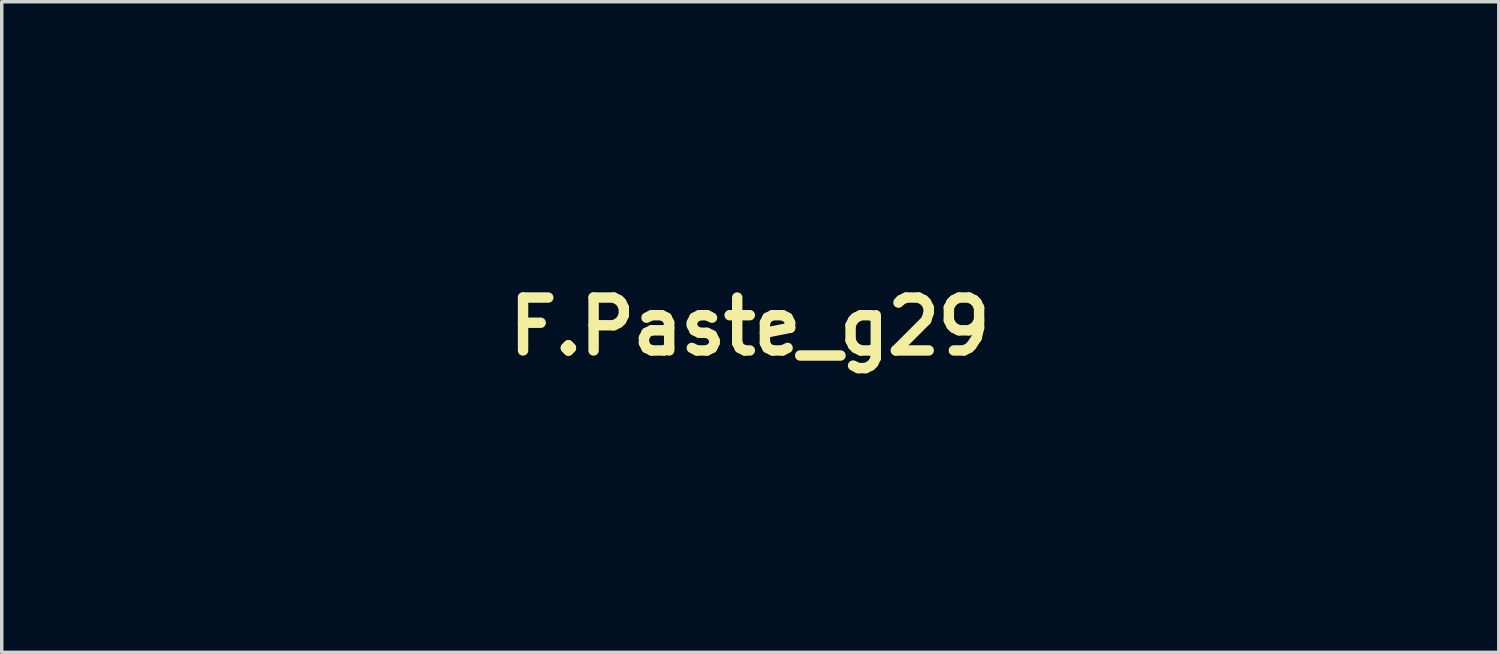
<source format=kicad_pcb>
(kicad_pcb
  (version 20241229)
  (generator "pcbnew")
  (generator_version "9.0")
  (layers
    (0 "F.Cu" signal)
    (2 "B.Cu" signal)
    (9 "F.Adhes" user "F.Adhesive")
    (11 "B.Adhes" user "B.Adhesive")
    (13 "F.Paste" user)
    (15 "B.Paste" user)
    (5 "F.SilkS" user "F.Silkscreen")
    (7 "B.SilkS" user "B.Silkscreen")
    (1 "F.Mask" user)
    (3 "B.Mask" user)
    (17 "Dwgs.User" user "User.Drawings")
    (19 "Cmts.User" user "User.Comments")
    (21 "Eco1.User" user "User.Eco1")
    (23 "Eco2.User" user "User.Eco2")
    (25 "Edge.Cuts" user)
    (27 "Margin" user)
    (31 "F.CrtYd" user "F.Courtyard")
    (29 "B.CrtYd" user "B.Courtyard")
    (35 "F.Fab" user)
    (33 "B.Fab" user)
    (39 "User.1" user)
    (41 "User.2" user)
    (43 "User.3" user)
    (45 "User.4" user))
  (footprint "F.Paste_g29"
    (layer "F.Cu")
    (at 18.547 6.355)
    (property "Reference" "F.Paste_g29" (at 0 0 0) (layer "F.SilkS") (effects (font (size 1.524 1.524) (thickness 0.3))))
    (attr through_hole)
    (fp_poly (pts (xy 2.107 3.232) (xy 2.286 3.233) (xy 2.435 3.235) (xy 2.547 3.238) (xy 2.619 3.241) (xy 2.644 3.245) (xy 2.641 3.273) (xy 2.62 3.341) (xy 2.585 3.442) (xy 2.538 3.569) (xy 2.482 3.715) (xy 2.454 3.785) (xy 2.245 4.305) (xy 1.032 4.312) (xy 0.752 4.313) (xy 0.519 4.314) (xy 0.329 4.315) (xy 0.176 4.314) (xy 0.058 4.313) (xy -0.03 4.31) (xy -0.092 4.307) (xy -0.133 4.302) (xy -0.157 4.295) (xy -0.167 4.287) (xy -0.168 4.277) (xy -0.167 4.273) (xy -0.154 4.237) (xy -0.124 4.161) (xy -0.082 4.053) (xy -0.03 3.922) (xy 0.029 3.775) (xy 0.046 3.733) (xy 0.244 3.239) (xy 1.435 3.232) (xy 1.676 3.231) (xy 1.902 3.231) (xy 2.107 3.232)) (stroke (width 0.01) (type solid)) (fill yes) (layer "F.Paste"))
    (fp_poly (pts (xy 12.622 0.889) (xy 12.74 0.937) (xy 12.861 1.019) (xy 12.968 1.122) (xy 13.047 1.233) (xy 13.059 1.257) (xy 13.104 1.416) (xy 13.1 1.585) (xy 13.048 1.76) (xy 13.017 1.825) (xy 12.875 2.049) (xy 12.703 2.232) (xy 12.497 2.379) (xy 12.295 2.478) (xy 12.199 2.511) (xy 12.08 2.544) (xy 11.946 2.576) (xy 11.807 2.603) (xy 11.671 2.627) (xy 11.547 2.644) (xy 11.443 2.653) (xy 11.368 2.653) (xy 11.331 2.643) (xy 11.328 2.637) (xy 11.338 2.602) (xy 11.365 2.526) (xy 11.406 2.418) (xy 11.459 2.284) (xy 11.521 2.132) (xy 11.588 1.968) (xy 11.659 1.799) (xy 11.729 1.633) (xy 11.796 1.476) (xy 11.857 1.335) (xy 11.909 1.217) (xy 11.95 1.13) (xy 11.976 1.079) (xy 11.98 1.073) (xy 12.083 0.977) (xy 12.218 0.909) (xy 12.373 0.874) (xy 12.538 0.874) (xy 12.622 0.889)) (stroke (width 0.01) (type solid)) (fill yes) (layer "F.Paste"))
    (fp_poly (pts (xy 3.546 -4.673) (xy 3.707 -4.672) (xy 3.843 -4.671) (xy 3.948 -4.669) (xy 4.016 -4.666) (xy 4.039 -4.664) (xy 4.023 -4.643) (xy 3.977 -4.587) (xy 3.903 -4.498) (xy 3.804 -4.379) (xy 3.683 -4.234) (xy 3.542 -4.065) (xy 3.384 -3.876) (xy 3.211 -3.67) (xy 3.025 -3.449) (xy 2.846 -3.235) (xy 1.653 -1.816) (xy 1.842 -1.809) (xy 1.933 -1.804) (xy 2 -1.797) (xy 2.031 -1.79) (xy 2.032 -1.789) (xy 2.022 -1.762) (xy 1.997 -1.701) (xy 1.96 -1.618) (xy 1.955 -1.606) (xy 1.842 -1.414) (xy 1.696 -1.259) (xy 1.517 -1.144) (xy 1.307 -1.067) (xy 1.179 -1.042) (xy 1.112 -1.036) (xy 1.009 -1.03) (xy 0.879 -1.026) (xy 0.729 -1.022) (xy 0.566 -1.019) (xy 0.398 -1.017) (xy 0.234 -1.016) (xy 0.079 -1.017) (xy -0.057 -1.018) (xy -0.167 -1.021) (xy -0.243 -1.025) (xy -0.278 -1.031) (xy -0.279 -1.032) (xy -0.263 -1.055) (xy -0.217 -1.108) (xy -0.147 -1.186) (xy -0.058 -1.282) (xy 0.035 -1.381) (xy 0.152 -1.506) (xy 0.274 -1.635) (xy 0.387 -1.756) (xy 0.484 -1.859) (xy 0.529 -1.907) (xy 0.709 -2.1) (xy 0.825 -3.109) (xy 0.942 -4.117) (xy 0.686 -4.389) (xy 0.43 -4.661) (xy 1.184 -4.668) (xy 1.375 -4.669) (xy 1.548 -4.669) (xy 1.699 -4.669) (xy 1.82 -4.667) (xy 1.905 -4.665) (xy 1.948 -4.662) (xy 1.951 -4.661) (xy 1.952 -4.633) (xy 1.947 -4.562) (xy 1.937 -4.456) (xy 1.923 -4.322) (xy 1.905 -4.168) (xy 1.898 -4.11) (xy 1.878 -3.95) (xy 1.862 -3.809) (xy 1.849 -3.693) (xy 1.841 -3.61) (xy 1.838 -3.568) (xy 1.838 -3.563) (xy 1.855 -3.581) (xy 1.898 -3.634) (xy 1.964 -3.717) (xy 2.049 -3.825) (xy 2.149 -3.954) (xy 2.259 -4.098) (xy 2.271 -4.115) (xy 2.697 -4.674) (xy 3.368 -4.674) (xy 3.546 -4.673)) (stroke (width 0.01) (type solid)) (fill yes) (layer "F.Paste"))
    (fp_poly (pts (xy -1.542 -6.349) (xy -1.322 -6.347) (xy -1.145 -6.344) (xy -1.012 -6.339) (xy -0.927 -6.334) (xy -0.89 -6.327) (xy -0.889 -6.325) (xy -0.898 -6.296) (xy -0.924 -6.226) (xy -0.964 -6.119) (xy -1.017 -5.982) (xy -1.08 -5.821) (xy -1.151 -5.639) (xy -1.216 -5.474) (xy -1.543 -4.648) (xy -0.318 -4.646) (xy -0.096 -4.437) (xy 0.125 -4.229) (xy -0.202 -3.395) (xy -0.3 -3.147) (xy -0.388 -2.932) (xy -0.463 -2.754) (xy -0.525 -2.615) (xy -0.572 -2.519) (xy -0.603 -2.468) (xy -0.758 -2.315) (xy -0.947 -2.2) (xy -1.062 -2.154) (xy -1.099 -2.142) (xy -1.135 -2.131) (xy -1.174 -2.123) (xy -1.222 -2.115) (xy -1.281 -2.11) (xy -1.358 -2.105) (xy -1.454 -2.101) (xy -1.576 -2.098) (xy -1.727 -2.096) (xy -1.913 -2.094) (xy -2.136 -2.092) (xy -2.401 -2.091) (xy -2.692 -2.089) (xy -4.153 -2.082) (xy -3.788 -2.444) (xy -3.537 -2.692) (xy -2.285 -2.692) (xy -1.609 -2.692) (xy -1.385 -3.27) (xy -1.32 -3.439) (xy -1.258 -3.598) (xy -1.203 -3.74) (xy -1.158 -3.857) (xy -1.126 -3.939) (xy -1.115 -3.969) (xy -1.068 -4.089) (xy -1.743 -4.089) (xy -1.967 -3.512) (xy -2.033 -3.343) (xy -2.094 -3.184) (xy -2.149 -3.042) (xy -2.195 -2.925) (xy -2.227 -2.843) (xy -2.238 -2.813) (xy -2.285 -2.692) (xy -3.537 -2.692) (xy -3.423 -2.805) (xy -2.878 -4.178) (xy -2.777 -4.431) (xy -2.681 -4.672) (xy -2.592 -4.896) (xy -2.511 -5.1) (xy -2.441 -5.278) (xy -2.382 -5.427) (xy -2.338 -5.54) (xy -2.309 -5.615) (xy -2.298 -5.643) (xy -2.264 -5.736) (xy -2.491 -6.024) (xy -2.571 -6.128) (xy -2.639 -6.218) (xy -2.689 -6.286) (xy -2.715 -6.325) (xy -2.718 -6.331) (xy -2.693 -6.335) (xy -2.624 -6.339) (xy -2.515 -6.343) (xy -2.372 -6.346) (xy -2.201 -6.348) (xy -2.007 -6.35) (xy -1.803 -6.35) (xy -1.542 -6.349)) (stroke (width 0.01) (type solid)) (fill yes) (layer "F.Paste"))
    (fp_poly (pts (xy 18.295 3.168) (xy 18.569 3.444) (xy 18.124 4.544) (xy 18.032 4.772) (xy 17.943 4.989) (xy 17.86 5.189) (xy 17.785 5.368) (xy 17.721 5.52) (xy 17.668 5.64) (xy 17.631 5.723) (xy 17.613 5.759) (xy 17.493 5.919) (xy 17.334 6.062) (xy 17.149 6.177) (xy 17.131 6.186) (xy 17.054 6.223) (xy 16.982 6.253) (xy 16.911 6.279) (xy 16.834 6.3) (xy 16.749 6.317) (xy 16.648 6.33) (xy 16.528 6.341) (xy 16.382 6.349) (xy 16.207 6.355) (xy 15.997 6.359) (xy 15.747 6.363) (xy 15.452 6.366) (xy 15.405 6.367) (xy 14.211 6.379) (xy 13.68 5.809) (xy 13.752 5.603) (xy 13.767 5.563) (xy 15.345 5.563) (xy 15.781 5.563) (xy 16.218 5.563) (xy 16.559 4.693) (xy 16.638 4.491) (xy 16.713 4.301) (xy 16.78 4.129) (xy 16.838 3.981) (xy 16.885 3.863) (xy 16.918 3.781) (xy 16.934 3.74) (xy 16.968 3.658) (xy 16.529 3.658) (xy 16.091 3.658) (xy 15.805 4.388) (xy 15.729 4.582) (xy 15.655 4.772) (xy 15.585 4.949) (xy 15.524 5.106) (xy 15.474 5.234) (xy 15.438 5.325) (xy 15.432 5.34) (xy 15.345 5.563) (xy 13.767 5.563) (xy 13.795 5.484) (xy 13.85 5.335) (xy 13.914 5.163) (xy 13.986 4.974) (xy 14.063 4.774) (xy 14.141 4.57) (xy 14.22 4.368) (xy 14.297 4.173) (xy 14.368 3.992) (xy 14.433 3.832) (xy 14.487 3.697) (xy 14.53 3.595) (xy 14.558 3.532) (xy 14.566 3.518) (xy 14.651 3.402) (xy 14.769 3.282) (xy 14.903 3.173) (xy 15.039 3.087) (xy 15.071 3.072) (xy 15.145 3.038) (xy 15.214 3.009) (xy 15.284 2.985) (xy 15.359 2.966) (xy 15.445 2.95) (xy 15.545 2.937) (xy 15.666 2.928) (xy 15.811 2.92) (xy 15.987 2.915) (xy 16.198 2.91) (xy 16.449 2.907) (xy 16.745 2.904) (xy 16.802 2.903) (xy 18.021 2.892) (xy 18.295 3.168)) (stroke (width 0.01) (type solid)) (fill yes) (layer "F.Paste"))
    (fp_poly (pts (xy 13.263 3.193) (xy 13.56 3.493) (xy 13.266 4.197) (xy 12.972 4.902) (xy 11.804 4.908) (xy 10.636 4.915) (xy 10.512 5.232) (xy 10.467 5.349) (xy 10.429 5.448) (xy 10.402 5.519) (xy 10.389 5.554) (xy 10.389 5.556) (xy 10.413 5.558) (xy 10.479 5.56) (xy 10.579 5.562) (xy 10.705 5.562) (xy 10.805 5.563) (xy 11.222 5.563) (xy 11.292 5.385) (xy 11.362 5.207) (xy 12.107 5.207) (xy 12.296 5.207) (xy 12.467 5.208) (xy 12.614 5.21) (xy 12.731 5.212) (xy 12.812 5.215) (xy 12.85 5.218) (xy 12.852 5.218) (xy 12.842 5.256) (xy 12.813 5.327) (xy 12.771 5.42) (xy 12.723 5.523) (xy 12.672 5.625) (xy 12.626 5.715) (xy 12.589 5.78) (xy 12.579 5.795) (xy 12.473 5.926) (xy 12.343 6.052) (xy 12.205 6.158) (xy 12.12 6.208) (xy 12.054 6.241) (xy 11.993 6.269) (xy 11.932 6.292) (xy 11.866 6.311) (xy 11.791 6.326) (xy 11.701 6.337) (xy 11.591 6.346) (xy 11.457 6.353) (xy 11.293 6.358) (xy 11.094 6.362) (xy 10.856 6.365) (xy 10.573 6.367) (xy 10.49 6.368) (xy 9.284 6.377) (xy 8.992 6.101) (xy 8.7 5.824) (xy 9.129 4.709) (xy 9.217 4.479) (xy 9.303 4.261) (xy 9.34 4.167) (xy 10.953 4.167) (xy 11.385 4.16) (xy 11.817 4.153) (xy 11.862 4.039) (xy 11.899 3.945) (xy 11.942 3.838) (xy 11.961 3.79) (xy 12.014 3.656) (xy 11.579 3.663) (xy 11.145 3.67) (xy 11.049 3.919) (xy 10.953 4.167) (xy 9.34 4.167) (xy 9.382 4.058) (xy 9.454 3.878) (xy 9.516 3.724) (xy 9.567 3.603) (xy 9.603 3.52) (xy 9.621 3.482) (xy 9.749 3.307) (xy 9.92 3.157) (xy 10.131 3.033) (xy 10.288 2.968) (xy 10.326 2.955) (xy 10.363 2.943) (xy 10.404 2.934) (xy 10.453 2.927) (xy 10.515 2.921) (xy 10.594 2.916) (xy 10.696 2.912) (xy 10.825 2.909) (xy 10.986 2.907) (xy 11.183 2.905) (xy 11.422 2.903) (xy 11.707 2.901) (xy 11.709 2.901) (xy 12.967 2.893) (xy 13.263 3.193)) (stroke (width 0.01) (type solid)) (fill yes) (layer "F.Paste"))
    (fp_poly (pts (xy -1.561 2.896) (xy -1.379 2.897) (xy -1.239 2.9) (xy -1.137 2.904) (xy -1.069 2.91) (xy -1.03 2.917) (xy -1.016 2.926) (xy -1.016 2.927) (xy -1.025 2.957) (xy -1.051 3.029) (xy -1.092 3.138) (xy -1.147 3.281) (xy -1.212 3.452) (xy -1.288 3.646) (xy -1.371 3.859) (xy -1.46 4.086) (xy -1.461 4.087) (xy -1.55 4.314) (xy -1.633 4.526) (xy -1.708 4.72) (xy -1.774 4.889) (xy -1.828 5.031) (xy -1.87 5.139) (xy -1.896 5.209) (xy -1.905 5.237) (xy -1.905 5.237) (xy -1.881 5.245) (xy -1.817 5.252) (xy -1.724 5.257) (xy -1.638 5.258) (xy -1.529 5.259) (xy -1.441 5.261) (xy -1.386 5.265) (xy -1.372 5.268) (xy -1.382 5.302) (xy -1.409 5.369) (xy -1.447 5.459) (xy -1.491 5.558) (xy -1.536 5.656) (xy -1.577 5.739) (xy -1.608 5.798) (xy -1.609 5.799) (xy -1.695 5.917) (xy -1.812 6.036) (xy -1.942 6.141) (xy -2.049 6.206) (xy -2.11 6.237) (xy -2.166 6.263) (xy -2.221 6.285) (xy -2.28 6.303) (xy -2.347 6.318) (xy -2.426 6.331) (xy -2.523 6.34) (xy -2.64 6.348) (xy -2.783 6.353) (xy -2.957 6.358) (xy -3.164 6.361) (xy -3.41 6.363) (xy -3.7 6.365) (xy -3.95 6.367) (xy -5.423 6.377) (xy -5.75 6.11) (xy -5.86 6.021) (xy -5.955 5.943) (xy -6.029 5.882) (xy -6.076 5.843) (xy -6.088 5.833) (xy -6.081 5.808) (xy -6.057 5.741) (xy -6.018 5.636) (xy -5.965 5.499) (xy -5.9 5.334) (xy -5.826 5.146) (xy -5.744 4.94) (xy -5.687 4.797) (xy -5.6 4.58) (xy -5.519 4.376) (xy -5.446 4.191) (xy -5.382 4.029) (xy -5.33 3.895) (xy -5.292 3.795) (xy -5.27 3.734) (xy -5.264 3.718) (xy -5.273 3.67) (xy -5.311 3.581) (xy -5.376 3.454) (xy -5.459 3.306) (xy -5.528 3.184) (xy -5.587 3.076) (xy -5.632 2.991) (xy -5.659 2.937) (xy -5.664 2.922) (xy -5.641 2.915) (xy -5.571 2.909) (xy -5.454 2.904) (xy -5.288 2.9) (xy -5.074 2.898) (xy -4.81 2.896) (xy -4.534 2.896) (xy -4.254 2.896) (xy -4.01 2.898) (xy -3.803 2.9) (xy -3.637 2.904) (xy -3.513 2.908) (xy -3.434 2.913) (xy -3.404 2.919) (xy -3.404 2.92) (xy -3.413 2.946) (xy -3.438 3.014) (xy -3.479 3.119) (xy -3.532 3.256) (xy -3.597 3.42) (xy -3.669 3.606) (xy -3.749 3.809) (xy -3.834 4.024) (xy -3.921 4.245) (xy -4.009 4.468) (xy -4.096 4.687) (xy -4.179 4.898) (xy -4.258 5.096) (xy -4.329 5.274) (xy -4.391 5.429) (xy -4.442 5.556) (xy -4.463 5.607) (xy -4.457 5.619) (xy -4.423 5.628) (xy -4.357 5.634) (xy -4.252 5.637) (xy -4.104 5.638) (xy -4.06 5.638) (xy -3.645 5.637) (xy -3.139 4.336) (xy -3.043 4.09) (xy -2.952 3.857) (xy -2.867 3.641) (xy -2.791 3.447) (xy -2.725 3.279) (xy -2.67 3.142) (xy -2.63 3.041) (xy -2.605 2.98) (xy -2.598 2.965) (xy -2.564 2.896) (xy -1.79 2.896) (xy -1.561 2.896)) (stroke (width 0.01) (type solid)) (fill yes) (layer "F.Paste"))
    (fp_poly (pts (xy 8.884 1.169) (xy 9.316 1.651) (xy 9.102 2.204) (xy 8.983 2.511) (xy 8.881 2.774) (xy 8.793 2.998) (xy 8.718 3.185) (xy 8.655 3.34) (xy 8.601 3.466) (xy 8.555 3.567) (xy 8.514 3.647) (xy 8.478 3.709) (xy 8.444 3.757) (xy 8.411 3.795) (xy 8.376 3.826) (xy 8.339 3.855) (xy 8.296 3.884) (xy 8.198 3.945) (xy 8.096 3.994) (xy 7.977 4.036) (xy 7.826 4.076) (xy 7.75 4.094) (xy 7.686 4.107) (xy 7.622 4.118) (xy 7.553 4.127) (xy 7.473 4.135) (xy 7.376 4.141) (xy 7.257 4.147) (xy 7.11 4.151) (xy 6.929 4.155) (xy 6.71 4.159) (xy 6.445 4.163) (xy 6.415 4.163) (xy 5.323 4.178) (xy 5.126 4.686) (xy 5.067 4.836) (xy 5.016 4.969) (xy 4.974 5.078) (xy 4.944 5.156) (xy 4.929 5.197) (xy 4.928 5.201) (xy 4.951 5.203) (xy 5.016 5.205) (xy 5.112 5.206) (xy 5.229 5.207) (xy 5.232 5.207) (xy 5.35 5.208) (xy 5.447 5.21) (xy 5.512 5.214) (xy 5.537 5.218) (xy 5.537 5.218) (xy 5.526 5.255) (xy 5.497 5.325) (xy 5.456 5.416) (xy 5.407 5.519) (xy 5.357 5.62) (xy 5.311 5.709) (xy 5.274 5.773) (xy 5.271 5.779) (xy 5.121 5.966) (xy 4.934 6.123) (xy 4.716 6.245) (xy 4.483 6.325) (xy 4.435 6.331) (xy 4.344 6.337) (xy 4.217 6.343) (xy 4.058 6.348) (xy 3.875 6.354) (xy 3.673 6.358) (xy 3.456 6.363) (xy 3.232 6.366) (xy 3.005 6.369) (xy 2.781 6.372) (xy 2.566 6.373) (xy 2.366 6.374) (xy 2.186 6.373) (xy 2.032 6.372) (xy 1.909 6.37) (xy 1.824 6.366) (xy 1.782 6.361) (xy 1.778 6.359) (xy 1.795 6.336) (xy 1.844 6.283) (xy 1.921 6.202) (xy 2.021 6.098) (xy 2.14 5.976) (xy 2.274 5.841) (xy 2.361 5.753) (xy 2.943 5.169) (xy 3.608 3.493) (xy 3.719 3.212) (xy 3.771 3.08) (xy 5.74 3.08) (xy 5.764 3.086) (xy 5.832 3.09) (xy 5.935 3.093) (xy 6.067 3.094) (xy 6.219 3.093) (xy 6.263 3.093) (xy 6.786 3.086) (xy 7.012 2.502) (xy 7.075 2.34) (xy 7.131 2.194) (xy 7.177 2.07) (xy 7.213 1.975) (xy 7.234 1.916) (xy 7.239 1.899) (xy 7.215 1.893) (xy 7.147 1.888) (xy 7.044 1.884) (xy 6.912 1.881) (xy 6.76 1.88) (xy 6.712 1.88) (xy 6.185 1.881) (xy 5.962 2.471) (xy 5.901 2.634) (xy 5.846 2.781) (xy 5.801 2.906) (xy 5.766 3.002) (xy 5.745 3.062) (xy 5.74 3.08) (xy 3.771 3.08) (xy 3.826 2.943) (xy 3.926 2.689) (xy 4.019 2.455) (xy 4.102 2.245) (xy 4.175 2.063) (xy 4.234 1.912) (xy 4.28 1.798) (xy 4.309 1.723) (xy 4.319 1.697) (xy 4.367 1.578) (xy 3.988 1.151) (xy 3.878 1.027) (xy 3.781 0.916) (xy 3.701 0.822) (xy 3.643 0.752) (xy 3.612 0.712) (xy 3.608 0.705) (xy 3.632 0.702) (xy 3.704 0.7) (xy 3.82 0.697) (xy 3.976 0.695) (xy 4.169 0.693) (xy 4.396 0.691) (xy 4.652 0.689) (xy 4.935 0.688) (xy 5.241 0.687) (xy 5.566 0.686) (xy 5.908 0.686) (xy 6.029 0.686) (xy 8.452 0.686) (xy 8.884 1.169)) (stroke (width 0.01) (type solid)) (fill yes) (layer "F.Paste"))
    (fp_poly (pts (xy -12.341 1.034) (xy -12.235 1.153) (xy -12.134 1.265) (xy -12.047 1.362) (xy -11.98 1.436) (xy -11.944 1.476) (xy -11.862 1.568) (xy -12.18 2.415) (xy -12.256 2.616) (xy -12.33 2.807) (xy -12.398 2.982) (xy -12.459 3.132) (xy -12.509 3.253) (xy -12.546 3.339) (xy -12.565 3.377) (xy -12.652 3.5) (xy -12.773 3.631) (xy -12.915 3.76) (xy -13.064 3.874) (xy -13.202 3.958) (xy -13.284 4) (xy -13.36 4.035) (xy -13.434 4.064) (xy -13.511 4.086) (xy -13.598 4.104) (xy -13.699 4.118) (xy -13.822 4.127) (xy -13.97 4.133) (xy -14.15 4.137) (xy -14.367 4.139) (xy -14.626 4.14) (xy -14.757 4.14) (xy -15.786 4.141) (xy -15.909 4.477) (xy -15.961 4.621) (xy -16.015 4.768) (xy -16.064 4.901) (xy -16.103 5.005) (xy -16.105 5.01) (xy -16.178 5.207) (xy -15.696 5.207) (xy -15.528 5.207) (xy -15.405 5.206) (xy -15.317 5.203) (xy -15.26 5.198) (xy -15.226 5.19) (xy -15.207 5.177) (xy -15.197 5.16) (xy -15.193 5.15) (xy -15.175 5.099) (xy -15.145 5.017) (xy -15.11 4.918) (xy -15.102 4.896) (xy -15.032 4.699) (xy -14.069 4.699) (xy -13.813 4.699) (xy -13.605 4.7) (xy -13.439 4.702) (xy -13.311 4.705) (xy -13.218 4.709) (xy -13.156 4.715) (xy -13.12 4.721) (xy -13.107 4.73) (xy -13.106 4.732) (xy -13.115 4.768) (xy -13.14 4.843) (xy -13.177 4.944) (xy -13.222 5.064) (xy -13.271 5.192) (xy -13.321 5.318) (xy -13.368 5.433) (xy -13.408 5.527) (xy -13.437 5.588) (xy -13.538 5.738) (xy -13.682 5.881) (xy -13.86 6.011) (xy -14.065 6.122) (xy -14.289 6.209) (xy -14.338 6.224) (xy -14.424 6.248) (xy -14.505 6.27) (xy -14.586 6.288) (xy -14.67 6.303) (xy -14.762 6.316) (xy -14.866 6.327) (xy -14.985 6.336) (xy -15.125 6.344) (xy -15.289 6.35) (xy -15.481 6.355) (xy -15.706 6.359) (xy -15.968 6.362) (xy -16.27 6.365) (xy -16.617 6.367) (xy -16.77 6.369) (xy -17.065 6.37) (xy -17.345 6.372) (xy -17.605 6.372) (xy -17.842 6.372) (xy -18.051 6.372) (xy -18.228 6.371) (xy -18.37 6.369) (xy -18.472 6.367) (xy -18.53 6.364) (xy -18.542 6.362) (xy -18.533 6.333) (xy -18.509 6.261) (xy -18.471 6.153) (xy -18.422 6.014) (xy -18.362 5.849) (xy -18.295 5.664) (xy -18.223 5.463) (xy -18.146 5.254) (xy -18.068 5.041) (xy -17.99 4.829) (xy -17.915 4.624) (xy -17.844 4.432) (xy -17.779 4.258) (xy -17.722 4.108) (xy -17.676 3.986) (xy -17.642 3.899) (xy -17.623 3.852) (xy -17.621 3.848) (xy -17.486 3.634) (xy -17.31 3.448) (xy -17.097 3.292) (xy -16.849 3.168) (xy -16.671 3.107) (xy -16.628 3.096) (xy -16.575 3.087) (xy -16.508 3.079) (xy -16.422 3.073) (xy -16.311 3.067) (xy -16.172 3.062) (xy -15.998 3.058) (xy -15.785 3.055) (xy -15.528 3.051) (xy -15.421 3.049) (xy -14.319 3.035) (xy -14.107 2.477) (xy -14.047 2.318) (xy -13.993 2.175) (xy -13.949 2.055) (xy -13.916 1.965) (xy -13.897 1.911) (xy -13.894 1.899) (xy -13.918 1.893) (xy -13.985 1.888) (xy -14.088 1.884) (xy -14.219 1.881) (xy -14.37 1.88) (xy -14.398 1.88) (xy -14.902 1.88) (xy -15.126 2.451) (xy -16.034 2.458) (xy -16.282 2.459) (xy -16.483 2.46) (xy -16.642 2.459) (xy -16.762 2.456) (xy -16.848 2.453) (xy -16.904 2.447) (xy -16.934 2.44) (xy -16.942 2.432) (xy -16.933 2.402) (xy -16.909 2.329) (xy -16.871 2.22) (xy -16.821 2.081) (xy -16.761 1.916) (xy -16.694 1.731) (xy -16.627 1.549) (xy -16.312 0.699) (xy -14.484 0.692) (xy -12.655 0.685) (xy -12.341 1.034)) (stroke (width 0.01) (type solid)) (fill yes) (layer "F.Paste"))
    (fp_poly (pts (xy -6.463 0.686) (xy -6.21 0.687) (xy -5.978 0.689) (xy -5.77 0.691) (xy -5.592 0.694) (xy -5.447 0.697) (xy -5.34 0.7) (xy -5.276 0.704) (xy -5.258 0.708) (xy -5.267 0.737) (xy -5.291 0.806) (xy -5.329 0.909) (xy -5.377 1.039) (xy -5.433 1.189) (xy -5.47 1.285) (xy -5.683 1.841) (xy -6.124 1.867) (xy -6.197 2.077) (xy -6.261 2.244) (xy -6.329 2.38) (xy -6.411 2.51) (xy -6.447 2.56) (xy -6.526 2.634) (xy -6.654 2.711) (xy -6.826 2.79) (xy -7.041 2.87) (xy -7.296 2.95) (xy -7.589 3.029) (xy -7.842 3.089) (xy -7.983 3.122) (xy -8.106 3.151) (xy -8.201 3.175) (xy -8.262 3.193) (xy -8.28 3.2) (xy -8.258 3.216) (xy -8.199 3.251) (xy -8.11 3.303) (xy -7.997 3.366) (xy -7.881 3.429) (xy -7.632 3.572) (xy -7.431 3.708) (xy -7.275 3.837) (xy -7.162 3.964) (xy -7.09 4.088) (xy -7.057 4.214) (xy -7.054 4.262) (xy -7.059 4.32) (xy -7.075 4.39) (xy -7.105 4.48) (xy -7.152 4.597) (xy -7.22 4.751) (xy -7.225 4.763) (xy -7.283 4.892) (xy -7.335 5.007) (xy -7.375 5.099) (xy -7.402 5.158) (xy -7.409 5.175) (xy -7.403 5.189) (xy -7.367 5.199) (xy -7.294 5.205) (xy -7.179 5.207) (xy -7.127 5.207) (xy -6.993 5.209) (xy -6.896 5.215) (xy -6.842 5.225) (xy -6.833 5.233) (xy -6.845 5.274) (xy -6.877 5.348) (xy -6.925 5.445) (xy -6.983 5.555) (xy -7.045 5.667) (xy -7.105 5.771) (xy -7.159 5.856) (xy -7.177 5.882) (xy -7.312 6.043) (xy -7.465 6.166) (xy -7.646 6.257) (xy -7.829 6.314) (xy -7.895 6.325) (xy -7.998 6.335) (xy -8.133 6.345) (xy -8.292 6.353) (xy -8.469 6.36) (xy -8.656 6.366) (xy -8.848 6.371) (xy -9.038 6.374) (xy -9.219 6.375) (xy -9.384 6.375) (xy -9.526 6.373) (xy -9.64 6.368) (xy -9.717 6.362) (xy -9.752 6.353) (xy -9.754 6.351) (xy -9.744 6.322) (xy -9.716 6.251) (xy -9.673 6.143) (xy -9.615 6.003) (xy -9.546 5.837) (xy -9.466 5.648) (xy -9.379 5.442) (xy -9.319 5.3) (xy -9.227 5.084) (xy -9.141 4.882) (xy -9.063 4.697) (xy -8.994 4.536) (xy -8.938 4.403) (xy -8.896 4.303) (xy -8.87 4.242) (xy -8.864 4.226) (xy -8.859 4.206) (xy -8.867 4.186) (xy -8.891 4.164) (xy -8.938 4.134) (xy -9.014 4.095) (xy -9.123 4.042) (xy -9.271 3.972) (xy -9.315 3.952) (xy -9.457 3.887) (xy -9.584 3.83) (xy -9.687 3.786) (xy -9.76 3.756) (xy -9.796 3.744) (xy -9.798 3.744) (xy -9.809 3.769) (xy -9.835 3.834) (xy -9.874 3.933) (xy -9.923 4.057) (xy -9.98 4.201) (xy -10.04 4.357) (xy -10.103 4.518) (xy -10.165 4.677) (xy -10.222 4.827) (xy -10.274 4.96) (xy -10.316 5.071) (xy -10.346 5.151) (xy -10.362 5.194) (xy -10.363 5.199) (xy -10.339 5.202) (xy -10.275 5.206) (xy -10.179 5.209) (xy -10.061 5.212) (xy -10.057 5.213) (xy -9.751 5.22) (xy -9.895 5.504) (xy -10.022 5.735) (xy -10.149 5.921) (xy -10.283 6.067) (xy -10.431 6.178) (xy -10.6 6.258) (xy -10.796 6.313) (xy -11.027 6.348) (xy -11.049 6.35) (xy -11.125 6.355) (xy -11.238 6.36) (xy -11.383 6.364) (xy -11.554 6.367) (xy -11.744 6.37) (xy -11.947 6.372) (xy -12.158 6.374) (xy -12.37 6.374) (xy -12.577 6.374) (xy -12.773 6.374) (xy -12.952 6.372) (xy -13.108 6.37) (xy -13.235 6.367) (xy -13.327 6.364) (xy -13.378 6.359) (xy -13.386 6.357) (xy -13.368 6.335) (xy -13.319 6.281) (xy -13.243 6.201) (xy -13.143 6.098) (xy -13.024 5.977) (xy -12.89 5.841) (xy -12.801 5.753) (xy -12.217 5.168) (xy -11.504 3.373) (xy -10.791 1.577) (xy -11.174 1.147) (xy -11.284 1.022) (xy -11.382 0.911) (xy -11.462 0.818) (xy -11.521 0.748) (xy -11.553 0.708) (xy -11.557 0.701) (xy -11.532 0.698) (xy -11.461 0.696) (xy -11.348 0.693) (xy -11.198 0.691) (xy -11.014 0.689) (xy -10.802 0.688) (xy -10.565 0.687) (xy -10.309 0.686) (xy -10.058 0.686) (xy -9.788 0.686) (xy -9.533 0.687) (xy -9.298 0.689) (xy -9.088 0.691) (xy -8.906 0.693) (xy -8.759 0.696) (xy -8.649 0.7) (xy -8.581 0.703) (xy -8.56 0.707) (xy -8.569 0.734) (xy -8.597 0.803) (xy -8.639 0.908) (xy -8.695 1.044) (xy -8.762 1.205) (xy -8.837 1.385) (xy -8.918 1.577) (xy -9.001 1.773) (xy -9.077 1.954) (xy -9.145 2.116) (xy -9.203 2.252) (xy -9.247 2.358) (xy -9.277 2.428) (xy -9.288 2.456) (xy -9.269 2.459) (xy -9.205 2.45) (xy -9.102 2.429) (xy -8.964 2.398) (xy -8.797 2.357) (xy -8.71 2.335) (xy -8.545 2.293) (xy -8.397 2.256) (xy -8.274 2.224) (xy -8.181 2.201) (xy -8.126 2.187) (xy -8.114 2.184) (xy -8.102 2.162) (xy -8.075 2.103) (xy -8.037 2.015) (xy -7.991 1.909) (xy -7.943 1.793) (xy -7.895 1.678) (xy -7.852 1.572) (xy -7.817 1.486) (xy -7.796 1.428) (xy -7.79 1.41) (xy -7.803 1.38) (xy -7.839 1.317) (xy -7.893 1.227) (xy -7.961 1.119) (xy -7.997 1.062) (xy -8.069 0.948) (xy -8.131 0.847) (xy -8.176 0.77) (xy -8.201 0.722) (xy -8.204 0.713) (xy -8.183 0.706) (xy -8.12 0.701) (xy -8.014 0.696) (xy -7.862 0.693) (xy -7.665 0.69) (xy -7.42 0.688) (xy -7.128 0.686) (xy -6.785 0.686) (xy -6.731 0.686) (xy -6.463 0.686)) (stroke (width 0.01) (type solid)) (fill yes) (layer "F.Paste")))
  (gr_rect
    (start -3 -3)
    (end 40.121 15.739)
    (stroke (width 0.1) (type default))
    (fill no)
    (layer "Edge.Cuts")))
</source>
